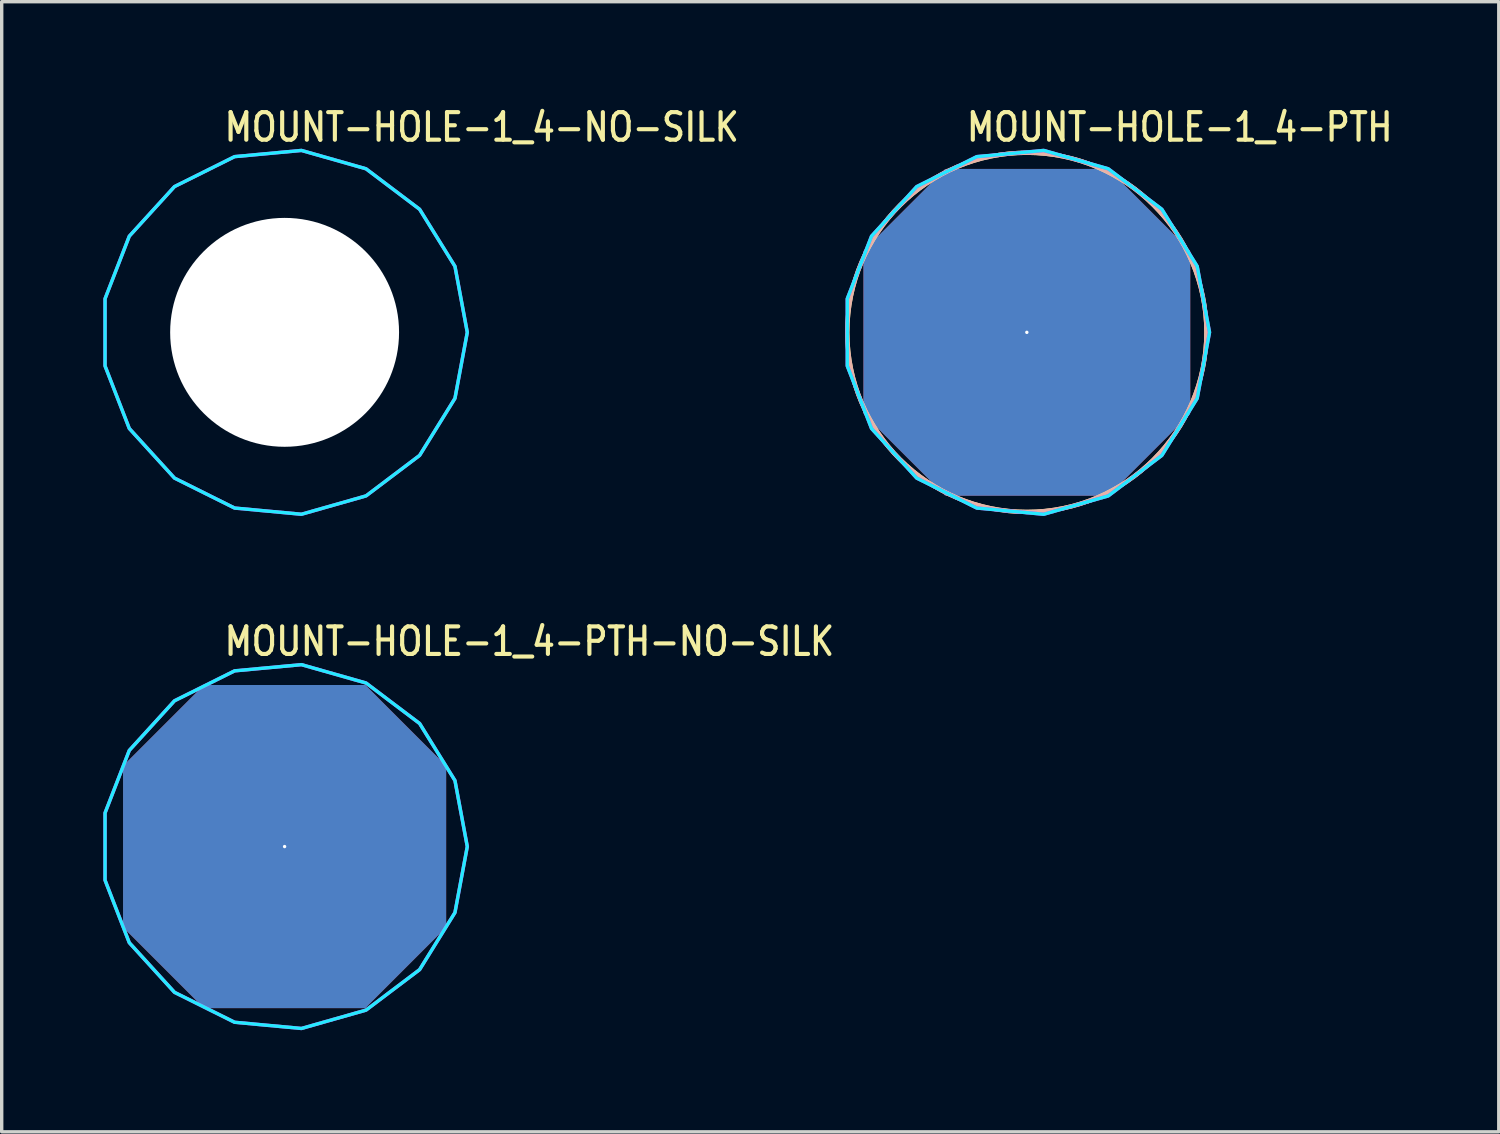
<source format=kicad_pcb>
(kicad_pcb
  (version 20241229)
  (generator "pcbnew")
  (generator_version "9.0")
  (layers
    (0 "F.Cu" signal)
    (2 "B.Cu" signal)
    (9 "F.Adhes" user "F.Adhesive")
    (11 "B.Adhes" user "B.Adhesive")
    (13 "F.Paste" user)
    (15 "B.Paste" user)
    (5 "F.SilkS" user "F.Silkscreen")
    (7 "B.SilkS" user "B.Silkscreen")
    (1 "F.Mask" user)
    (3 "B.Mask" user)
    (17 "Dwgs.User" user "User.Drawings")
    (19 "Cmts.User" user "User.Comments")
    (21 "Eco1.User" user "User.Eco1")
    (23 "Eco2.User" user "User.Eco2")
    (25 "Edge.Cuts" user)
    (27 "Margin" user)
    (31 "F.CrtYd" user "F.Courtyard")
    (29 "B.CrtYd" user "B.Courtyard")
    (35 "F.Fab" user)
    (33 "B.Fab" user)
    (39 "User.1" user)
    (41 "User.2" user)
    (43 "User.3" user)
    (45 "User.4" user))
  (footprint "MOUNT-HOLE-1_4-PTH-NO-SILK"
    (layer "F.Cu")
    (at 5.35 21.936)
    (property "Reference" "MOUNT-HOLE-1_4-PTH-NO-SILK" (at -1.84 -5.58 0) (unlocked yes) (layer "F.SilkS") (effects (font (size 0.813 0.695) (thickness 0.122)) (justify left bottom)))
    (fp_poly (pts (xy 5.392 0) (xy 5.028 -1.948) (xy 3.985 -3.632) (xy 2.403 -4.827) (xy 0.497 -5.369) (xy -1.476 -5.186) (xy -3.249 -4.303) (xy -4.584 -2.838) (xy -5.3 -0.991) (xy -5.3 0.991) (xy -4.584 2.838) (xy -3.249 4.303) (xy -1.476 5.186) (xy 0.497 5.369) (xy 2.403 4.827) (xy 3.985 3.632) (xy 5.028 1.948)) (stroke (width 0.1) (type solid)) (fill no) (layer "B.CrtYd"))
    (fp_poly (pts (xy 5.392 0) (xy 5.028 -1.948) (xy 3.985 -3.632) (xy 2.403 -4.827) (xy 0.497 -5.369) (xy -1.476 -5.186) (xy -3.249 -4.303) (xy -4.584 -2.838) (xy -5.3 -0.991) (xy -5.3 0.991) (xy -4.584 2.838) (xy -3.249 4.303) (xy -1.476 5.186) (xy 0.497 5.369) (xy 2.403 4.827) (xy 3.985 3.632) (xy 5.028 1.948)) (stroke (width 0.1) (type solid)) (fill no) (layer "F.CrtYd"))
    (pad "P$1" thru_hole custom (at 0 0) (size 0.1 0.1) (drill 6.756) (layers "*.Cu" "*.Mask") (options (anchor rect)) (primitives (gr_poly (pts (xy 4.763 2.381) (xy 2.381 4.763) (xy -2.381 4.763) (xy -4.763 2.381) (xy -4.763 -2.381) (xy -2.381 -4.763) (xy 2.381 -4.763) (xy 4.763 -2.381)) (width 0.01) (fill yes)))))
  (footprint "MOUNT-HOLE-1_4-NO-SILK"
    (layer "F.Cu")
    (at 5.35 6.759)
    (property "Reference" "MOUNT-HOLE-1_4-NO-SILK" (at -1.84 -5.58 0) (unlocked yes) (layer "F.SilkS") (effects (font (size 0.813 0.695) (thickness 0.122)) (justify left bottom)))
    (fp_circle (center 0 0) (end 5.067 0) (stroke (width 0) (type solid)) (fill yes) (layer "F.Mask"))
    (fp_circle (center 0 0) (end 5.3 0) (stroke (width 0) (type solid)) (fill yes) (layer "F.Mask"))
    (fp_circle (center 0 0) (end 5.3 0) (stroke (width 0) (type solid)) (fill yes) (layer "F.Mask"))
    (fp_circle (center 0 0) (end 5.067 0) (stroke (width 0) (type solid)) (fill yes) (layer "B.Mask"))
    (fp_circle (center 0 0) (end 5.3 0) (stroke (width 0) (type solid)) (fill yes) (layer "B.Mask"))
    (fp_poly (pts (xy 5.392 0) (xy 5.028 -1.948) (xy 3.985 -3.632) (xy 2.403 -4.827) (xy 0.497 -5.369) (xy -1.476 -5.186) (xy -3.249 -4.303) (xy -4.584 -2.838) (xy -5.3 -0.991) (xy -5.3 0.991) (xy -4.584 2.838) (xy -3.249 4.303) (xy -1.476 5.186) (xy 0.497 5.369) (xy 2.403 4.827) (xy 3.985 3.632) (xy 5.028 1.948)) (stroke (width 0.1) (type solid)) (fill no) (layer "B.CrtYd"))
    (fp_poly (pts (xy 5.392 0) (xy 5.028 -1.948) (xy 3.985 -3.632) (xy 2.403 -4.827) (xy 0.497 -5.369) (xy -1.476 -5.186) (xy -3.249 -4.303) (xy -4.584 -2.838) (xy -5.3 -0.991) (xy -5.3 0.991) (xy -4.584 2.838) (xy -3.249 4.303) (xy -1.476 5.186) (xy 0.497 5.369) (xy 2.403 4.827) (xy 3.985 3.632) (xy 5.028 1.948)) (stroke (width 0.1) (type solid)) (fill no) (layer "F.CrtYd"))
    (pad "" np_thru_hole circle (at 0 0) (size 6.756 6.756) (drill 6.756) (layers "*.Cu" "*.Mask")))
  (footprint "MOUNT-HOLE-1_4-PTH"
    (layer "F.Cu")
    (at 27.257 6.759)
    (property "Reference" "MOUNT-HOLE-1_4-PTH" (at -1.84 -5.58 0) (unlocked yes) (layer "F.SilkS") (effects (font (size 0.813 0.695) (thickness 0.122)) (justify left bottom)))
    (fp_circle (center 0 0) (end 5.3 0) (stroke (width 0.127) (type solid)) (fill no) (layer "F.SilkS"))
    (fp_circle (center 0 0) (end 5.3 0) (stroke (width 0.127) (type solid)) (fill no) (layer "B.SilkS"))
    (fp_poly (pts (xy 5.392 0) (xy 5.028 -1.948) (xy 3.985 -3.632) (xy 2.403 -4.827) (xy 0.497 -5.369) (xy -1.476 -5.186) (xy -3.249 -4.303) (xy -4.584 -2.838) (xy -5.3 -0.991) (xy -5.3 0.991) (xy -4.584 2.838) (xy -3.249 4.303) (xy -1.476 5.186) (xy 0.497 5.369) (xy 2.403 4.827) (xy 3.985 3.632) (xy 5.028 1.948)) (stroke (width 0.1) (type solid)) (fill no) (layer "B.CrtYd"))
    (fp_poly (pts (xy 5.392 0) (xy 5.028 -1.948) (xy 3.985 -3.632) (xy 2.403 -4.827) (xy 0.497 -5.369) (xy -1.476 -5.186) (xy -3.249 -4.303) (xy -4.584 -2.838) (xy -5.3 -0.991) (xy -5.3 0.991) (xy -4.584 2.838) (xy -3.249 4.303) (xy -1.476 5.186) (xy 0.497 5.369) (xy 2.403 4.827) (xy 3.985 3.632) (xy 5.028 1.948)) (stroke (width 0.1) (type solid)) (fill no) (layer "F.CrtYd"))
    (pad "1" thru_hole custom (at 0 0) (size 0.1 0.1) (drill 6.756) (layers "*.Cu" "*.Mask") (options (anchor rect)) (primitives (gr_poly (pts (xy 4.763 2.381) (xy 2.381 4.763) (xy -2.381 4.763) (xy -4.763 2.381) (xy -4.763 -2.381) (xy -2.381 -4.763) (xy 2.381 -4.763) (xy 4.763 -2.381)) (width 0.12) (fill yes)))))
  (gr_rect
    (start -3 -3)
    (end 41.186 30.355)
    (stroke (width 0.1) (type default))
    (fill no)
    (layer "Edge.Cuts")))
</source>
